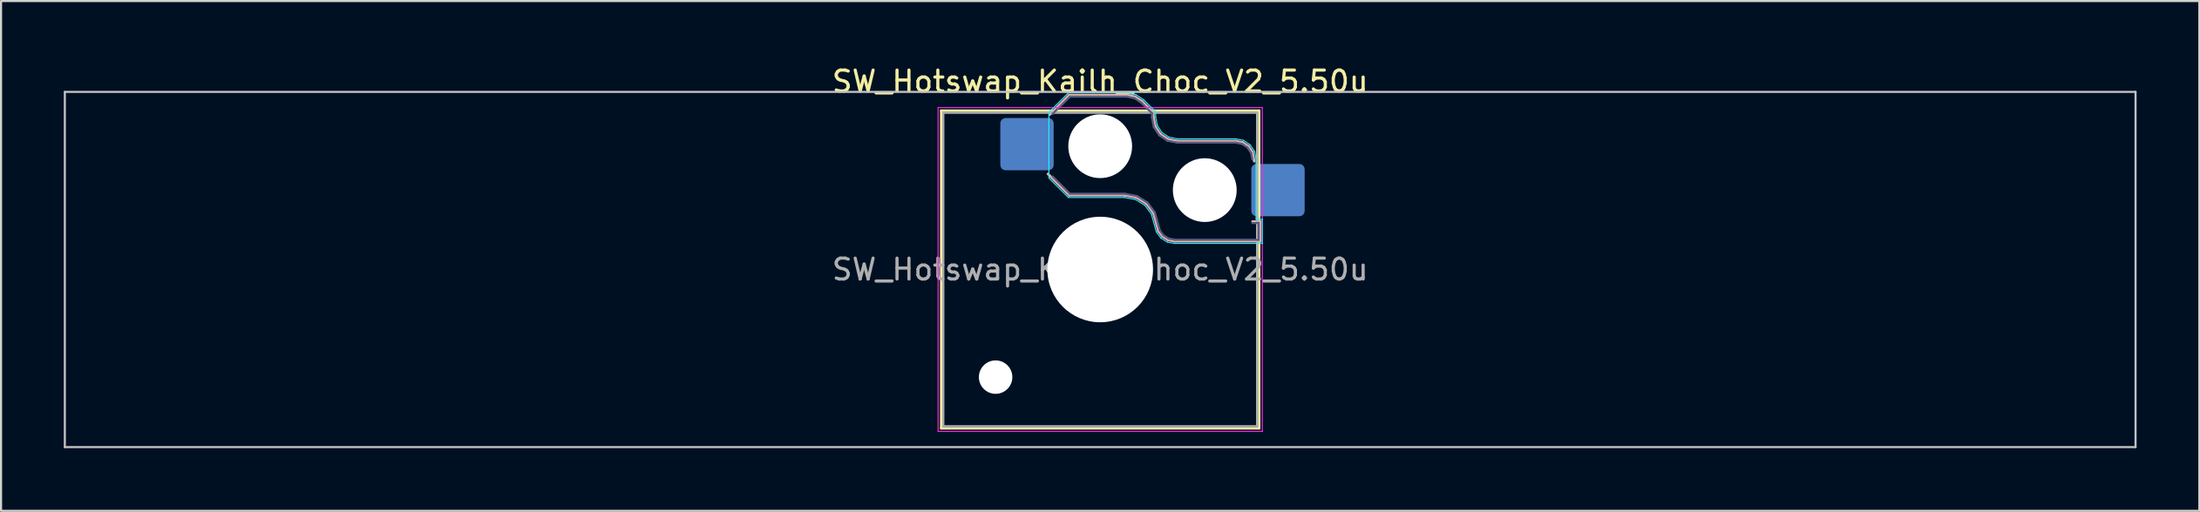
<source format=kicad_pcb>
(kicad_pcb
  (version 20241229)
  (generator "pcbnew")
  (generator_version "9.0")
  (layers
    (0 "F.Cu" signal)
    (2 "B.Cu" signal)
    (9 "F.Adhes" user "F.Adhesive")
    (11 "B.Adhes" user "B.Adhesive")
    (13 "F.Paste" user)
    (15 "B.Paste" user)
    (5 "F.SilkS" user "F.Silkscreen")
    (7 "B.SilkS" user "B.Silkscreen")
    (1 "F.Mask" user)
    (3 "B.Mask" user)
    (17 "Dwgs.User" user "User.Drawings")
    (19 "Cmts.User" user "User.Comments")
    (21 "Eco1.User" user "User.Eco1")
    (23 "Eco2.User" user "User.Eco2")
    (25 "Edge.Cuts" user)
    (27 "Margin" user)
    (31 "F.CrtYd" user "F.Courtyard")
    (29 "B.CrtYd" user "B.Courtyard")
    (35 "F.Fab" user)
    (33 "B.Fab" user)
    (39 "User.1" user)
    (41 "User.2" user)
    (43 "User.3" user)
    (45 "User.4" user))
  (footprint "SW_Hotswap_Kailh_Choc_V2_5.50u"
    (layer "F.Cu")
    (at 49.55 9.848)
    (property "Reference" "SW_Hotswap_Kailh_Choc_V2_5.50u" (at 0 -9 0) (layer "F.SilkS") (effects (font (size 1 1) (thickness 0.15))))
    (attr smd)
    (fp_line (start -7.6 -7.6) (end -7.6 7.6) (stroke (width 0.12) (type solid)) (layer "F.SilkS"))
    (fp_line (start -7.6 7.6) (end 7.6 7.6) (stroke (width 0.12) (type solid)) (layer "F.SilkS"))
    (fp_line (start 7.6 -7.6) (end -7.6 -7.6) (stroke (width 0.12) (type solid)) (layer "F.SilkS"))
    (fp_line (start 7.6 7.6) (end 7.6 -7.6) (stroke (width 0.12) (type solid)) (layer "F.SilkS"))
    (fp_line (start -2.416 -7.409) (end -1.479 -8.346) (stroke (width 0.12) (type solid)) (layer "B.SilkS"))
    (fp_line (start -1.479 -8.346) (end 1.268 -8.346) (stroke (width 0.12) (type solid)) (layer "B.SilkS"))
    (fp_line (start -1.479 -3.554) (end -2.5 -4.575) (stroke (width 0.12) (type solid)) (layer "B.SilkS"))
    (fp_line (start 1.168 -3.554) (end -1.479 -3.554) (stroke (width 0.12) (type solid)) (layer "B.SilkS"))
    (fp_line (start 1.268 -8.346) (end 1.671 -8.266) (stroke (width 0.12) (type solid)) (layer "B.SilkS"))
    (fp_line (start 1.671 -8.266) (end 2.013 -8.037) (stroke (width 0.12) (type solid)) (layer "B.SilkS"))
    (fp_line (start 1.73 -3.449) (end 1.168 -3.554) (stroke (width 0.12) (type solid)) (layer "B.SilkS"))
    (fp_line (start 2.013 -8.037) (end 2.546 -7.504) (stroke (width 0.12) (type solid)) (layer "B.SilkS"))
    (fp_line (start 2.209 -3.15) (end 1.73 -3.449) (stroke (width 0.12) (type solid)) (layer "B.SilkS"))
    (fp_line (start 2.546 -7.504) (end 2.546 -7.282) (stroke (width 0.12) (type solid)) (layer "B.SilkS"))
    (fp_line (start 2.546 -7.282) (end 2.633 -6.844) (stroke (width 0.12) (type solid)) (layer "B.SilkS"))
    (fp_line (start 2.547 -2.697) (end 2.209 -3.15) (stroke (width 0.12) (type solid)) (layer "B.SilkS"))
    (fp_line (start 2.633 -6.844) (end 2.877 -6.477) (stroke (width 0.12) (type solid)) (layer "B.SilkS"))
    (fp_line (start 2.701 -2.139) (end 2.547 -2.697) (stroke (width 0.12) (type solid)) (layer "B.SilkS"))
    (fp_line (start 2.783 -1.841) (end 2.701 -2.139) (stroke (width 0.12) (type solid)) (layer "B.SilkS"))
    (fp_line (start 2.877 -6.477) (end 3.244 -6.233) (stroke (width 0.12) (type solid)) (layer "B.SilkS"))
    (fp_line (start 2.976 -1.583) (end 2.783 -1.841) (stroke (width 0.12) (type solid)) (layer "B.SilkS"))
    (fp_line (start 3.244 -6.233) (end 3.682 -6.146) (stroke (width 0.12) (type solid)) (layer "B.SilkS"))
    (fp_line (start 3.25 -1.413) (end 2.976 -1.583) (stroke (width 0.12) (type solid)) (layer "B.SilkS"))
    (fp_line (start 3.56 -1.354) (end 3.25 -1.413) (stroke (width 0.12) (type solid)) (layer "B.SilkS"))
    (fp_line (start 3.682 -6.146) (end 6.482 -6.146) (stroke (width 0.12) (type solid)) (layer "B.SilkS"))
    (fp_line (start 6.482 -6.146) (end 6.809 -6.081) (stroke (width 0.12) (type solid)) (layer "B.SilkS"))
    (fp_line (start 6.809 -6.081) (end 7.092 -5.892) (stroke (width 0.12) (type solid)) (layer "B.SilkS"))
    (fp_line (start 7.092 -5.892) (end 7.281 -5.609) (stroke (width 0.12) (type solid)) (layer "B.SilkS"))
    (fp_line (start 7.281 -5.609) (end 7.366 -5.182) (stroke (width 0.12) (type solid)) (layer "B.SilkS"))
    (fp_line (start 7.283 -2.296) (end 7.646 -2.296) (stroke (width 0.12) (type solid)) (layer "B.SilkS"))
    (fp_line (start 7.646 -2.296) (end 7.646 -1.354) (stroke (width 0.12) (type solid)) (layer "B.SilkS"))
    (fp_line (start 7.646 -1.354) (end 3.56 -1.354) (stroke (width 0.12) (type solid)) (layer "B.SilkS"))
    (fp_line (start -49.5 -8.5) (end -49.5 8.5) (stroke (width 0.1) (type solid)) (layer "Dwgs.User"))
    (fp_line (start -49.5 8.5) (end 49.5 8.5) (stroke (width 0.1) (type solid)) (layer "Dwgs.User"))
    (fp_line (start 49.5 -8.5) (end -49.5 -8.5) (stroke (width 0.1) (type solid)) (layer "Dwgs.User"))
    (fp_line (start 49.5 8.5) (end 49.5 -8.5) (stroke (width 0.1) (type solid)) (layer "Dwgs.User"))
    (fp_line (start -7.25 -7.25) (end -7.25 7.25) (stroke (width 0.1) (type solid)) (layer "Eco1.User"))
    (fp_line (start -7.25 7.25) (end 7.25 7.25) (stroke (width 0.1) (type solid)) (layer "Eco1.User"))
    (fp_line (start 7.25 -7.25) (end -7.25 -7.25) (stroke (width 0.1) (type solid)) (layer "Eco1.User"))
    (fp_line (start 7.25 7.25) (end 7.25 -7.25) (stroke (width 0.1) (type solid)) (layer "Eco1.User"))
    (fp_line (start -2.452 -7.523) (end -1.523 -8.452) (stroke (width 0.05) (type solid)) (layer "B.CrtYd"))
    (fp_line (start -2.452 -4.377) (end -2.452 -7.523) (stroke (width 0.05) (type solid)) (layer "B.CrtYd"))
    (fp_line (start -1.523 -8.452) (end 1.278 -8.452) (stroke (width 0.05) (type solid)) (layer "B.CrtYd"))
    (fp_line (start -1.523 -3.448) (end -2.452 -4.377) (stroke (width 0.05) (type solid)) (layer "B.CrtYd"))
    (fp_line (start 1.159 -3.448) (end -1.523 -3.448) (stroke (width 0.05) (type solid)) (layer "B.CrtYd"))
    (fp_line (start 1.278 -8.452) (end 1.712 -8.366) (stroke (width 0.05) (type solid)) (layer "B.CrtYd"))
    (fp_line (start 1.691 -3.348) (end 1.159 -3.448) (stroke (width 0.05) (type solid)) (layer "B.CrtYd"))
    (fp_line (start 1.712 -8.366) (end 2.081 -8.119) (stroke (width 0.05) (type solid)) (layer "B.CrtYd"))
    (fp_line (start 2.081 -8.119) (end 2.652 -7.548) (stroke (width 0.05) (type solid)) (layer "B.CrtYd"))
    (fp_line (start 2.136 -3.071) (end 1.691 -3.348) (stroke (width 0.05) (type solid)) (layer "B.CrtYd"))
    (fp_line (start 2.45 -2.65) (end 2.136 -3.071) (stroke (width 0.05) (type solid)) (layer "B.CrtYd"))
    (fp_line (start 2.599 -2.111) (end 2.45 -2.65) (stroke (width 0.05) (type solid)) (layer "B.CrtYd"))
    (fp_line (start 2.652 -7.548) (end 2.652 -7.292) (stroke (width 0.05) (type solid)) (layer "B.CrtYd"))
    (fp_line (start 2.652 -7.292) (end 2.733 -6.885) (stroke (width 0.05) (type solid)) (layer "B.CrtYd"))
    (fp_line (start 2.687 -1.794) (end 2.599 -2.111) (stroke (width 0.05) (type solid)) (layer "B.CrtYd"))
    (fp_line (start 2.733 -6.885) (end 2.953 -6.553) (stroke (width 0.05) (type solid)) (layer "B.CrtYd"))
    (fp_line (start 2.903 -1.503) (end 2.687 -1.794) (stroke (width 0.05) (type solid)) (layer "B.CrtYd"))
    (fp_line (start 2.953 -6.553) (end 3.285 -6.333) (stroke (width 0.05) (type solid)) (layer "B.CrtYd"))
    (fp_line (start 3.211 -1.312) (end 2.903 -1.503) (stroke (width 0.05) (type solid)) (layer "B.CrtYd"))
    (fp_line (start 3.285 -6.333) (end 3.692 -6.252) (stroke (width 0.05) (type solid)) (layer "B.CrtYd"))
    (fp_line (start 3.55 -1.248) (end 3.211 -1.312) (stroke (width 0.05) (type solid)) (layer "B.CrtYd"))
    (fp_line (start 3.692 -6.252) (end 6.492 -6.252) (stroke (width 0.05) (type solid)) (layer "B.CrtYd"))
    (fp_line (start 6.492 -6.252) (end 6.85 -6.181) (stroke (width 0.05) (type solid)) (layer "B.CrtYd"))
    (fp_line (start 6.85 -6.181) (end 7.168 -5.968) (stroke (width 0.05) (type solid)) (layer "B.CrtYd"))
    (fp_line (start 7.168 -5.968) (end 7.381 -5.65) (stroke (width 0.05) (type solid)) (layer "B.CrtYd"))
    (fp_line (start 7.381 -5.65) (end 7.452 -5.292) (stroke (width 0.05) (type solid)) (layer "B.CrtYd"))
    (fp_line (start 7.452 -5.292) (end 7.452 -2.402) (stroke (width 0.05) (type solid)) (layer "B.CrtYd"))
    (fp_line (start 7.452 -2.402) (end 7.752 -2.402) (stroke (width 0.05) (type solid)) (layer "B.CrtYd"))
    (fp_line (start 7.752 -2.402) (end 7.752 -1.248) (stroke (width 0.05) (type solid)) (layer "B.CrtYd"))
    (fp_line (start 7.752 -1.248) (end 3.55 -1.248) (stroke (width 0.05) (type solid)) (layer "B.CrtYd"))
    (fp_line (start -7.75 -7.75) (end -7.75 7.75) (stroke (width 0.05) (type solid)) (layer "F.CrtYd"))
    (fp_line (start -7.75 7.75) (end 7.75 7.75) (stroke (width 0.05) (type solid)) (layer "F.CrtYd"))
    (fp_line (start 7.75 -7.75) (end -7.75 -7.75) (stroke (width 0.05) (type solid)) (layer "F.CrtYd"))
    (fp_line (start 7.75 7.75) (end 7.75 -7.75) (stroke (width 0.05) (type solid)) (layer "F.CrtYd"))
    (fp_line (start -2.275 -7.45) (end -1.45 -8.275) (stroke (width 0.1) (type solid)) (layer "B.Fab"))
    (fp_line (start -1.45 -8.275) (end 1.261 -8.275) (stroke (width 0.1) (type solid)) (layer "B.Fab"))
    (fp_line (start -1.45 -3.625) (end -2.275 -4.45) (stroke (width 0.1) (type solid)) (layer "B.Fab"))
    (fp_line (start 1.175 -3.625) (end -1.45 -3.625) (stroke (width 0.1) (type solid)) (layer "B.Fab"))
    (fp_line (start 1.261 -8.275) (end 1.643 -8.199) (stroke (width 0.1) (type solid)) (layer "B.Fab"))
    (fp_line (start 1.643 -8.199) (end 1.968 -7.982) (stroke (width 0.1) (type solid)) (layer "B.Fab"))
    (fp_line (start 1.756 -3.516) (end 1.175 -3.625) (stroke (width 0.1) (type solid)) (layer "B.Fab"))
    (fp_line (start 1.968 -7.982) (end 2.475 -7.475) (stroke (width 0.1) (type solid)) (layer "B.Fab"))
    (fp_line (start 2.258 -3.203) (end 1.756 -3.516) (stroke (width 0.1) (type solid)) (layer "B.Fab"))
    (fp_line (start 2.475 -7.475) (end 2.475 -7.275) (stroke (width 0.1) (type solid)) (layer "B.Fab"))
    (fp_line (start 2.475 -7.275) (end 2.566 -6.816) (stroke (width 0.1) (type solid)) (layer "B.Fab"))
    (fp_line (start 2.566 -6.816) (end 2.826 -6.426) (stroke (width 0.1) (type solid)) (layer "B.Fab"))
    (fp_line (start 2.612 -2.729) (end 2.258 -3.203) (stroke (width 0.1) (type solid)) (layer "B.Fab"))
    (fp_line (start 2.769 -2.158) (end 2.612 -2.729) (stroke (width 0.1) (type solid)) (layer "B.Fab"))
    (fp_line (start 2.826 -6.426) (end 3.216 -6.166) (stroke (width 0.1) (type solid)) (layer "B.Fab"))
    (fp_line (start 2.848 -1.873) (end 2.769 -2.158) (stroke (width 0.1) (type solid)) (layer "B.Fab"))
    (fp_line (start 3.025 -1.636) (end 2.848 -1.873) (stroke (width 0.1) (type solid)) (layer "B.Fab"))
    (fp_line (start 3.216 -6.166) (end 3.675 -6.075) (stroke (width 0.1) (type solid)) (layer "B.Fab"))
    (fp_line (start 3.276 -1.48) (end 3.025 -1.636) (stroke (width 0.1) (type solid)) (layer "B.Fab"))
    (fp_line (start 3.567 -1.425) (end 3.276 -1.48) (stroke (width 0.1) (type solid)) (layer "B.Fab"))
    (fp_line (start 3.675 -6.075) (end 6.475 -6.075) (stroke (width 0.1) (type solid)) (layer "B.Fab"))
    (fp_line (start 6.475 -6.075) (end 6.781 -6.014) (stroke (width 0.1) (type solid)) (layer "B.Fab"))
    (fp_line (start 6.781 -6.014) (end 7.041 -5.841) (stroke (width 0.1) (type solid)) (layer "B.Fab"))
    (fp_line (start 7.041 -5.841) (end 7.214 -5.581) (stroke (width 0.1) (type solid)) (layer "B.Fab"))
    (fp_line (start 7.214 -5.581) (end 7.275 -5.275) (stroke (width 0.1) (type solid)) (layer "B.Fab"))
    (fp_line (start 7.275 -2.225) (end 7.575 -2.225) (stroke (width 0.1) (type solid)) (layer "B.Fab"))
    (fp_line (start 7.575 -2.225) (end 7.575 -1.425) (stroke (width 0.1) (type solid)) (layer "B.Fab"))
    (fp_line (start 7.575 -1.425) (end 3.567 -1.425) (stroke (width 0.1) (type solid)) (layer "B.Fab"))
    (fp_line (start -7.5 -7.5) (end -7.5 7.5) (stroke (width 0.1) (type solid)) (layer "F.Fab"))
    (fp_line (start -7.5 7.5) (end 7.5 7.5) (stroke (width 0.1) (type solid)) (layer "F.Fab"))
    (fp_line (start 7.5 -7.5) (end -7.5 -7.5) (stroke (width 0.1) (type solid)) (layer "F.Fab"))
    (fp_line (start 7.5 7.5) (end 7.5 -7.5) (stroke (width 0.1) (type solid)) (layer "F.Fab"))
    (fp_text user "${REFERENCE}" (at 0 0 0) (layer "F.Fab") (effects (font (size 1 1) (thickness 0.15))))
    (pad "" np_thru_hole circle (at -5 5.15) (size 1.6 1.6) (drill 1.6) (layers "*.Cu" "*.Mask"))
    (pad "" np_thru_hole circle (at 0 -5.9) (size 3.05 3.05) (drill 3.05) (layers "*.Cu" "*.Mask"))
    (pad "" np_thru_hole circle (at 0 0) (size 5.05 5.05) (drill 5.05) (layers "*.Cu" "*.Mask"))
    (pad "" np_thru_hole circle (at 5 -3.8) (size 3.05 3.05) (drill 3.05) (layers "*.Cu" "*.Mask"))
    (pad "1" smd roundrect (at -3.5 -6) (size 2.55 2.5) (layers "B.Cu" "B.Mask" "B.Paste") (roundrect_rratio 0.1))
    (pad "2" smd roundrect (at 8.5 -3.8) (size 2.55 2.5) (layers "B.Cu" "B.Mask" "B.Paste") (roundrect_rratio 0.1)))
  (gr_rect
    (start -3 -3)
    (end 102.1 21.398)
    (stroke (width 0.1) (type default))
    (fill no)
    (layer "Edge.Cuts")))
</source>
